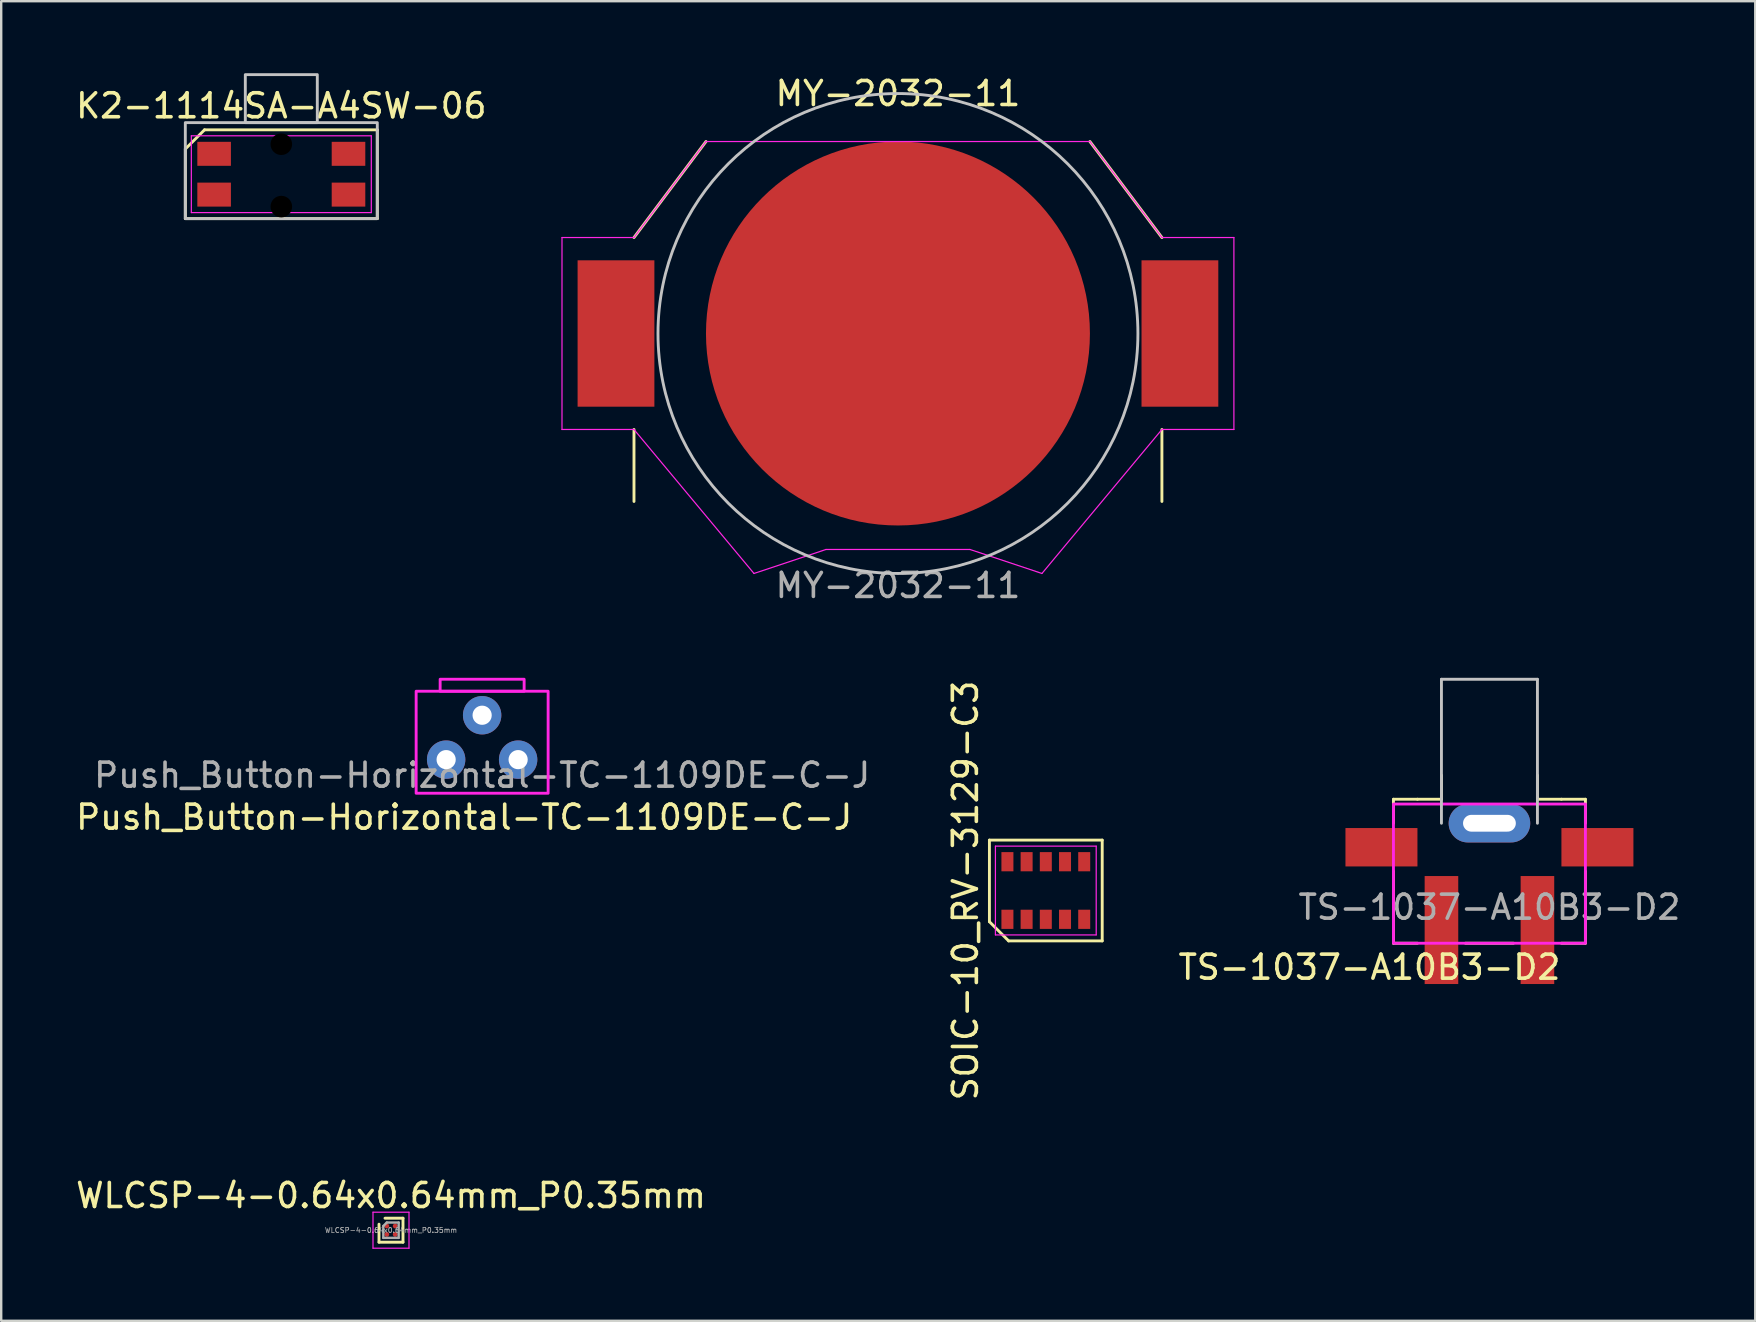
<source format=kicad_pcb>
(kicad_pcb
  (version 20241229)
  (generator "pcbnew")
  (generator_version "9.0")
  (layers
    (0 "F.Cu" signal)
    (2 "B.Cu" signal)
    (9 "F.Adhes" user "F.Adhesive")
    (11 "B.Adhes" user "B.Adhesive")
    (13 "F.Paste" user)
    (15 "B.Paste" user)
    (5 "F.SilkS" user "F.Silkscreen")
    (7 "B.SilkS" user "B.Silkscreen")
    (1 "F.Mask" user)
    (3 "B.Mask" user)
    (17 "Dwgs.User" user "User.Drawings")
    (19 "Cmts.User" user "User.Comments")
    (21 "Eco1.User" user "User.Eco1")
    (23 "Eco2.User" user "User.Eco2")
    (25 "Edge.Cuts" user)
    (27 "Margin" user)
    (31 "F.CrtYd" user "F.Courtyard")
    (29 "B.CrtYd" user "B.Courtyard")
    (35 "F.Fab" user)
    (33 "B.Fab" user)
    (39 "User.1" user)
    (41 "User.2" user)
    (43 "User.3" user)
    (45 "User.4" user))
  (footprint "TS-1037-A10B3-D2"
    (layer "F.Cu")
    (at 59.019 32.257)
    (property "Reference" "TS-1037-A10B3-D2" (at -5 5 0) (unlocked yes) (layer "F.SilkS") (effects (font (size 1 1) (thickness 0.15))))
    (fp_line (start -4 -2) (end -3 -2) (stroke (width 0.12) (type solid)) (layer "F.SilkS"))
    (fp_line (start -4 -1) (end -4 -2) (stroke (width 0.12) (type solid)) (layer "F.SilkS"))
    (fp_line (start -4 4) (end -4 1) (stroke (width 0.12) (type solid)) (layer "F.SilkS"))
    (fp_line (start -3 -2) (end -2 -2) (stroke (width 0.12) (type solid)) (layer "F.SilkS"))
    (fp_line (start -3 4) (end -4 4) (stroke (width 0.12) (type solid)) (layer "F.SilkS"))
    (fp_line (start -2 -2) (end -2 -3) (stroke (width 0.12) (type solid)) (layer "F.SilkS"))
    (fp_line (start 1 4) (end -1 4) (stroke (width 0.12) (type solid)) (layer "F.SilkS"))
    (fp_line (start 2 -2) (end 2 -3) (stroke (width 0.12) (type solid)) (layer "F.SilkS"))
    (fp_line (start 3 -2) (end 2 -2) (stroke (width 0.12) (type solid)) (layer "F.SilkS"))
    (fp_line (start 3 -2) (end 4 -2) (stroke (width 0.12) (type solid)) (layer "F.SilkS"))
    (fp_line (start 4 -2) (end 4 -1) (stroke (width 0.12) (type solid)) (layer "F.SilkS"))
    (fp_line (start 4 1) (end 4 4) (stroke (width 0.12) (type solid)) (layer "F.SilkS"))
    (fp_line (start 4 4) (end 3 4) (stroke (width 0.12) (type solid)) (layer "F.SilkS"))
    (fp_line (start -2 -7) (end -2 -1) (stroke (width 0.12) (type solid)) (layer "Dwgs.User"))
    (fp_line (start 2 -7) (end -2 -7) (stroke (width 0.12) (type solid)) (layer "Dwgs.User"))
    (fp_line (start 2 -1) (end 2 -7) (stroke (width 0.12) (type solid)) (layer "Dwgs.User"))
    (fp_rect (start -4 -1.8) (end 4 4) (stroke (width 0.12) (type solid)) (fill no) (layer "F.CrtYd"))
    (fp_text user "${REFERENCE}" (at 0 2.5 0) (unlocked yes) (layer "F.Fab") (effects (font (size 1 1) (thickness 0.15))))
    (pad "1" smd rect (at -2 3.45) (size 1.4 4.5) (layers "F.Cu" "F.Mask" "F.Paste"))
    (pad "2" smd rect (at 2 3.45) (size 1.4 4.5) (layers "F.Cu" "F.Mask" "F.Paste"))
    (pad "3" smd rect (at -4.5 0) (size 3 1.6) (layers "F.Cu" "F.Mask" "F.Paste"))
    (pad "3" thru_hole oval (at 0 -1) (size 3.4 1.6) (drill oval 2.2 0.7) (layers "*.Cu" "*.Mask"))
    (pad "3" smd rect (at 4.5 0) (size 3 1.6) (layers "F.Cu" "F.Mask" "F.Paste")))
  (footprint "WLCSP-4-0.64x0.64mm_P0.35mm"
    (layer "F.Cu")
    (at 13.244 48.216)
    (property "Reference" "WLCSP-4-0.64x0.64mm_P0.35mm" (at 0 -1.445 0) (layer "F.SilkS") (effects (font (size 1 1) (thickness 0.15))))
    (attr smd)
    (fp_line (start -0.5 0.5) (end -0.5 -0.25) (stroke (width 0.12) (type solid)) (layer "F.SilkS"))
    (fp_line (start -0.25 -0.5) (end 0.5 -0.5) (stroke (width 0.12) (type solid)) (layer "F.SilkS"))
    (fp_line (start 0.5 -0.5) (end 0.5 0.5) (stroke (width 0.12) (type solid)) (layer "F.SilkS"))
    (fp_line (start 0.5 0.5) (end -0.5 0.5) (stroke (width 0.12) (type solid)) (layer "F.SilkS"))
    (fp_line (start -0.75 -0.75) (end -0.75 0.75) (stroke (width 0.05) (type solid)) (layer "F.CrtYd"))
    (fp_line (start -0.75 0.75) (end 0.75 0.75) (stroke (width 0.05) (type solid)) (layer "F.CrtYd"))
    (fp_line (start 0.75 -0.75) (end -0.75 -0.75) (stroke (width 0.05) (type solid)) (layer "F.CrtYd"))
    (fp_line (start 0.75 0.75) (end 0.75 -0.75) (stroke (width 0.05) (type solid)) (layer "F.CrtYd"))
    (fp_line (start -0.32 -0.175) (end -0.175 -0.32) (stroke (width 0.1) (type solid)) (layer "F.Fab"))
    (fp_line (start -0.32 0.32) (end -0.32 -0.175) (stroke (width 0.1) (type solid)) (layer "F.Fab"))
    (fp_line (start -0.175 -0.32) (end 0.32 -0.32) (stroke (width 0.1) (type solid)) (layer "F.Fab"))
    (fp_line (start 0.32 -0.32) (end 0.32 0.32) (stroke (width 0.1) (type solid)) (layer "F.Fab"))
    (fp_line (start 0.32 0.32) (end -0.32 0.32) (stroke (width 0.1) (type solid)) (layer "F.Fab"))
    (fp_text user "${REFERENCE}" (at 0 0 0) (layer "F.Fab") (effects (font (size 0.21 0.21) (thickness 0.032))))
    (pad "A1" smd circle (at -0.175 -0.175) (size 0.2 0.2) (layers "F.Cu" "F.Mask" "F.Paste"))
    (pad "A2" smd circle (at 0.175 -0.175) (size 0.2 0.2) (layers "F.Cu" "F.Mask" "F.Paste"))
    (pad "B1" smd circle (at -0.175 0.175) (size 0.2 0.2) (layers "F.Cu" "F.Mask" "F.Paste"))
    (pad "B2" smd circle (at 0.175 0.175) (size 0.2 0.2) (layers "F.Cu" "F.Mask" "F.Paste")))
  (footprint "SOIC-10_RV-3129-C3"
    (layer "F.Cu")
    (at 40.532 34.06)
    (property "Reference" "SOIC-10_RV-3129-C3" (at -3.35 0 90) (layer "F.SilkS") (effects (font (size 1 1) (thickness 0.15))))
    (attr through_hole)
    (fp_line (start -2.35 -2.1) (end 2.35 -2.1) (stroke (width 0.12) (type solid)) (layer "F.SilkS"))
    (fp_line (start -2.35 1.3) (end -2.35 -2.1) (stroke (width 0.12) (type solid)) (layer "F.SilkS"))
    (fp_line (start -1.55 2.1) (end -2.35 1.3) (stroke (width 0.12) (type solid)) (layer "F.SilkS"))
    (fp_line (start 2.35 -2.1) (end 2.35 2.1) (stroke (width 0.12) (type solid)) (layer "F.SilkS"))
    (fp_line (start 2.35 2.1) (end -1.55 2.1) (stroke (width 0.12) (type solid)) (layer "F.SilkS"))
    (fp_line (start -2.1 -1.85) (end 2.1 -1.85) (stroke (width 0.05) (type solid)) (layer "F.CrtYd"))
    (fp_line (start -2.1 1.85) (end -2.1 -1.85) (stroke (width 0.05) (type solid)) (layer "F.CrtYd"))
    (fp_line (start 2.1 -1.85) (end 2.1 1.85) (stroke (width 0.05) (type solid)) (layer "F.CrtYd"))
    (fp_line (start 2.1 1.85) (end -2.1 1.85) (stroke (width 0.05) (type solid)) (layer "F.CrtYd"))
    (pad "1" smd rect (at -1.6 1.2) (size 0.5 0.8) (layers "F.Cu" "F.Mask" "F.Paste"))
    (pad "2" smd rect (at -0.8 1.2) (size 0.5 0.8) (layers "F.Cu" "F.Mask" "F.Paste"))
    (pad "3" smd rect (at 0 1.2) (size 0.5 0.8) (layers "F.Cu" "F.Mask" "F.Paste"))
    (pad "4" smd rect (at 0.8 1.2) (size 0.5 0.8) (layers "F.Cu" "F.Mask" "F.Paste"))
    (pad "5" smd rect (at 1.6 1.2) (size 0.5 0.8) (layers "F.Cu" "F.Mask" "F.Paste"))
    (pad "6" smd rect (at 1.6 -1.2) (size 0.5 0.8) (layers "F.Cu" "F.Mask" "F.Paste"))
    (pad "7" smd rect (at 0.8 -1.2) (size 0.5 0.8) (layers "F.Cu" "F.Mask" "F.Paste"))
    (pad "8" smd rect (at 0 -1.2) (size 0.5 0.8) (layers "F.Cu" "F.Mask" "F.Paste"))
    (pad "9" smd rect (at -0.8 -1.2) (size 0.5 0.8) (layers "F.Cu" "F.Mask" "F.Paste"))
    (pad "10" smd rect (at -1.6 -1.2) (size 0.5 0.8) (layers "F.Cu" "F.Mask" "F.Paste")))
  (footprint "Push_Button-Horizontal-TC-1109DE-C-J"
    (layer "F.Cu")
    (at 17.042 26.756)
    (property "Reference" "Push_Button-Horizontal-TC-1109DE-C-J" (at -0.75 4.25 0) (unlocked yes) (layer "F.SilkS") (effects (font (size 1 1) (thickness 0.15))))
    (fp_rect (start -2.75 -1) (end 2.75 3.25) (stroke (width 0.12) (type solid)) (fill no) (layer "F.CrtYd"))
    (fp_rect (start -1.75 -1) (end 1.75 -1.5) (stroke (width 0.12) (type solid)) (fill no) (layer "F.CrtYd"))
    (fp_text user "${REFERENCE}" (at 0 2.5 0) (unlocked yes) (layer "F.Fab") (effects (font (size 1 1) (thickness 0.15))))
    (pad "1" thru_hole circle (at 1.5 1.85 180) (size 1.6 1.6) (drill 0.8) (layers "*.Cu" "*.Mask"))
    (pad "2" thru_hole circle (at -1.5 1.85 180) (size 1.6 1.6) (drill 0.8) (layers "*.Cu" "*.Mask"))
    (pad "3" thru_hole circle (at 0 0 180) (size 1.6 1.6) (drill 0.8) (layers "*.Cu" "*.Mask")))
  (footprint "K2-1114SA-A4SW-06"
    (layer "F.Cu")
    (at 8.673 5.56)
    (property "Reference" "K2-1114SA-A4SW-06" (at 0 -4.2 0) (layer "F.SilkS") (effects (font (size 1 1) (thickness 0.15))))
    (attr through_hole)
    (fp_line (start -4 -2.4) (end -3.2 -3.2) (stroke (width 0.12) (type solid)) (layer "F.SilkS"))
    (fp_line (start -4 0.5) (end -4 -2.4) (stroke (width 0.12) (type solid)) (layer "F.SilkS"))
    (fp_line (start -3.2 -3.2) (end 4 -3.2) (stroke (width 0.12) (type solid)) (layer "F.SilkS"))
    (fp_line (start 4 -3.2) (end 4 0.5) (stroke (width 0.12) (type solid)) (layer "F.SilkS"))
    (fp_line (start 4 0.5) (end -4 0.5) (stroke (width 0.12) (type solid)) (layer "F.SilkS"))
    (fp_rect (start -1.5 -5.5) (end 1.5 -3.5) (stroke (width 0.12) (type solid)) (fill no) (layer "Dwgs.User"))
    (fp_rect (start 4 0.5) (end -4 -3.5) (stroke (width 0.12) (type solid)) (fill no) (layer "Dwgs.User"))
    (fp_line (start -3.75 -2.95) (end 3.75 -2.95) (stroke (width 0.05) (type solid)) (layer "F.CrtYd"))
    (fp_line (start -3.75 0.25) (end -3.75 -2.95) (stroke (width 0.05) (type solid)) (layer "F.CrtYd"))
    (fp_line (start 3.75 -2.95) (end 3.75 0.25) (stroke (width 0.05) (type solid)) (layer "F.CrtYd"))
    (fp_line (start 3.75 0.25) (end -3.75 0.25) (stroke (width 0.05) (type solid)) (layer "F.CrtYd"))
    (pad "" np_thru_hole circle (at 0 -2.6) (size 1.1 1.1) (drill 0.9) (layers "*.Mask"))
    (pad "" np_thru_hole circle (at 0 0) (size 1.1 1.1) (drill 0.9) (layers "*.Mask"))
    (pad "1" smd rect (at -2.8 -2.2 270) (size 1 1.4) (layers "F.Cu" "F.Mask" "F.Paste"))
    (pad "2" smd rect (at -2.8 -0.5 270) (size 1 1.4) (layers "F.Cu" "F.Mask" "F.Paste"))
    (pad "3" smd rect (at 2.8 -2.2 270) (size 1 1.4) (layers "F.Cu" "F.Mask" "F.Paste"))
    (pad "4" smd rect (at 2.8 -0.5 270) (size 1 1.4) (layers "F.Cu" "F.Mask" "F.Paste")))
  (footprint "MY-2032-11"
    (layer "F.Cu")
    (at 34.37 10.848)
    (property "Reference" "MY-2032-11" (at 0 -10 0) (unlocked yes) (layer "F.SilkS") (effects (font (size 1 1) (thickness 0.15))))
    (fp_line (start -11 -4) (end -8 -8) (stroke (width 0.12) (type solid)) (layer "F.SilkS"))
    (fp_line (start -11 4) (end -11 7) (stroke (width 0.12) (type solid)) (layer "F.SilkS"))
    (fp_line (start 8 -8) (end 11 -4) (stroke (width 0.12) (type solid)) (layer "F.SilkS"))
    (fp_line (start 11 4) (end 11 7) (stroke (width 0.12) (type solid)) (layer "F.SilkS"))
    (fp_circle (center 0 0) (end 6 8) (stroke (width 0.12) (type solid)) (fill no) (layer "Dwgs.User"))
    (fp_line (start -14 -4) (end -14 4) (stroke (width 0.05) (type solid)) (layer "F.CrtYd"))
    (fp_line (start -14 4) (end -11 4) (stroke (width 0.05) (type solid)) (layer "F.CrtYd"))
    (fp_line (start -11 -4) (end -14 -4) (stroke (width 0.05) (type solid)) (layer "F.CrtYd"))
    (fp_line (start -11 4) (end -6 10) (stroke (width 0.05) (type solid)) (layer "F.CrtYd"))
    (fp_line (start -8 -8) (end -11 -4) (stroke (width 0.05) (type solid)) (layer "F.CrtYd"))
    (fp_line (start -6 10) (end -3 9) (stroke (width 0.05) (type solid)) (layer "F.CrtYd"))
    (fp_line (start -3 9) (end 3 9) (stroke (width 0.05) (type solid)) (layer "F.CrtYd"))
    (fp_line (start 3 9) (end 6 10) (stroke (width 0.05) (type solid)) (layer "F.CrtYd"))
    (fp_line (start 6 10) (end 11 4) (stroke (width 0.05) (type solid)) (layer "F.CrtYd"))
    (fp_line (start 8 -8) (end -8 -8) (stroke (width 0.05) (type solid)) (layer "F.CrtYd"))
    (fp_line (start 11 -4) (end 8 -8) (stroke (width 0.05) (type solid)) (layer "F.CrtYd"))
    (fp_line (start 11 4) (end 14 4) (stroke (width 0.05) (type solid)) (layer "F.CrtYd"))
    (fp_line (start 14 -4) (end 11 -4) (stroke (width 0.05) (type solid)) (layer "F.CrtYd"))
    (fp_line (start 14 4) (end 14 -4) (stroke (width 0.05) (type solid)) (layer "F.CrtYd"))
    (fp_text user "${REFERENCE}" (at 0 10.5 0) (unlocked yes) (layer "F.Fab") (effects (font (size 1 1) (thickness 0.15))))
    (pad "1" smd rect (at -11.75 0) (size 3.2 6.1) (layers "F.Cu" "F.Mask" "F.Paste"))
    (pad "1" smd rect (at 11.75 0) (size 3.2 6.1) (layers "F.Cu" "F.Mask" "F.Paste"))
    (pad "2" smd circle (at 0 0) (size 16 16) (layers "F.Cu" "F.Mask" "F.Paste")))
  (gr_rect
    (start -3 -3)
    (end 70.096 51.991)
    (stroke (width 0.1) (type default))
    (fill no)
    (layer "Edge.Cuts")))
</source>
